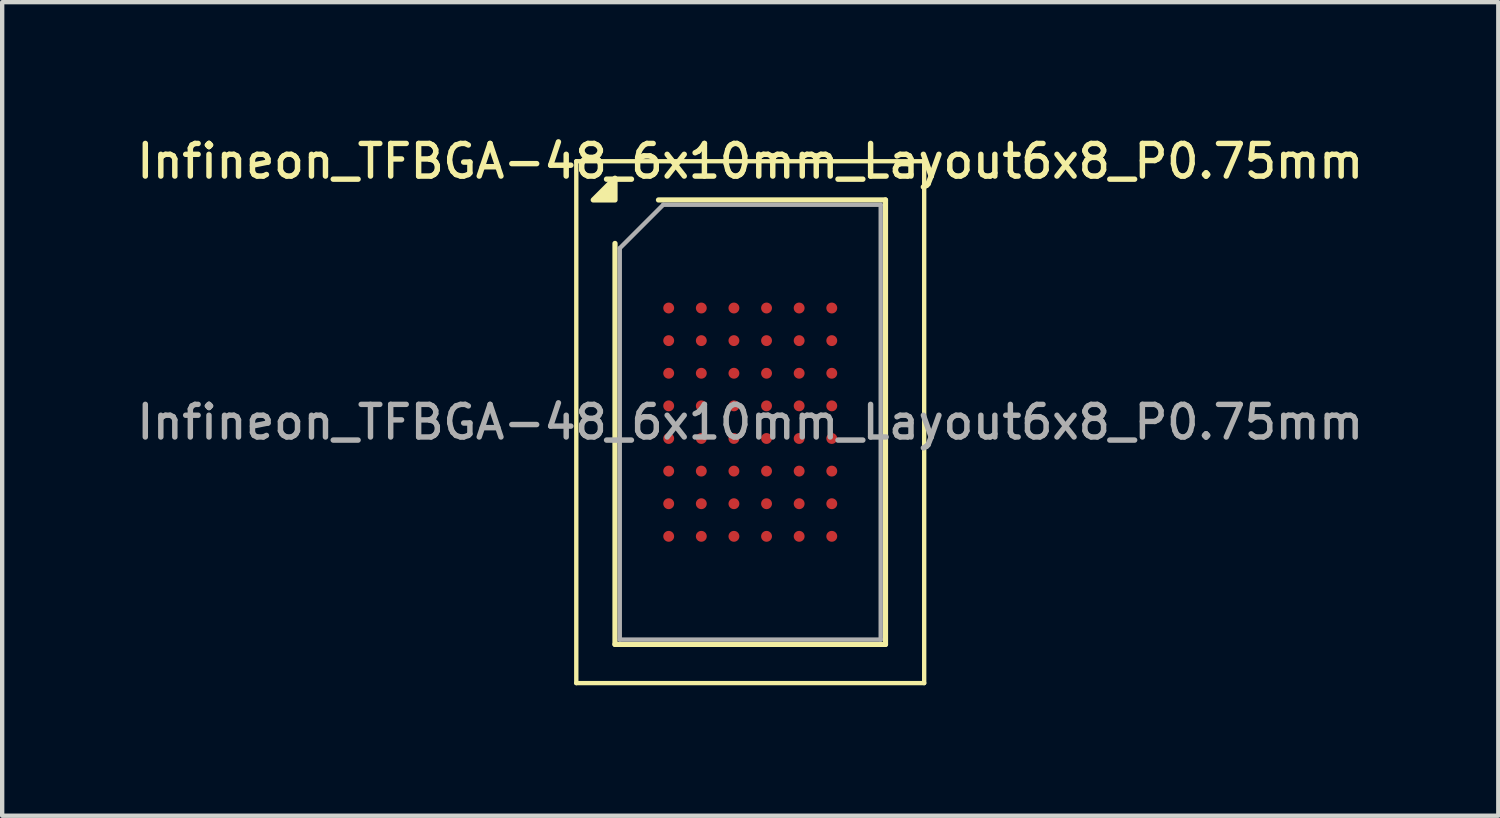
<source format=kicad_pcb>
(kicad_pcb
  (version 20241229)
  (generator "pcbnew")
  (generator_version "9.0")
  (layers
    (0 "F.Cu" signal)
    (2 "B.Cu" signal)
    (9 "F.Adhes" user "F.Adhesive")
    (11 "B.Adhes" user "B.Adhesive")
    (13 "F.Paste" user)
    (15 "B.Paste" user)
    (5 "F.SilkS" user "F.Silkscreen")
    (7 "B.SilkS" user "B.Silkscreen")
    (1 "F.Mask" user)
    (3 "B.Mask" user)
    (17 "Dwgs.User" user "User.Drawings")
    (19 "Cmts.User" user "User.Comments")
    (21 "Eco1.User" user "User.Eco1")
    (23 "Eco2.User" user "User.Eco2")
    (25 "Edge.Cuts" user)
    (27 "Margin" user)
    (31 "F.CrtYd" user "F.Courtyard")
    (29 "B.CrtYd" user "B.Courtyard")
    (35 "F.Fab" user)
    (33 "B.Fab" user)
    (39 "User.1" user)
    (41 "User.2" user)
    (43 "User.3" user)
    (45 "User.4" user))
  (footprint "Infineon_TFBGA-48_6x10mm_Layout6x8_P0.75mm"
    (layer "F.Cu")
    (at 14.202 6.658)
    (property "Reference" "Infineon_TFBGA-48_6x10mm_Layout6x8_P0.75mm" (at 0 -6 0) (layer "F.SilkS") (effects (font (size 0.75 0.75) (thickness 0.125))))
    (attr smd)
    (fp_line (start -4 -6) (end -4 6) (stroke (width 0.1) (type solid)) (layer "F.SilkS"))
    (fp_line (start -4 6) (end 4 6) (stroke (width 0.1) (type solid)) (layer "F.SilkS"))
    (fp_line (start -3.11 5.11) (end -3.11 -4.11) (stroke (width 0.12) (type solid)) (layer "F.SilkS"))
    (fp_line (start -2.11 -5.11) (end 3.11 -5.11) (stroke (width 0.12) (type solid)) (layer "F.SilkS"))
    (fp_line (start 3.11 -5.11) (end 3.11 5.11) (stroke (width 0.12) (type solid)) (layer "F.SilkS"))
    (fp_line (start 3.11 5.11) (end -3.11 5.11) (stroke (width 0.12) (type solid)) (layer "F.SilkS"))
    (fp_line (start 4 -6) (end -4 -6) (stroke (width 0.1) (type solid)) (layer "F.SilkS"))
    (fp_line (start 4 6) (end 4 -6) (stroke (width 0.1) (type solid)) (layer "F.SilkS"))
    (fp_poly (pts (xy -3.11 -5.11) (xy -3.61 -5.11) (xy -3.11 -5.61) (xy -3.11 -5.11)) (stroke (width 0.12) (type solid)) (fill yes) (layer "F.SilkS"))
    (fp_line (start -3 -4) (end -2 -5) (stroke (width 0.1) (type solid)) (layer "F.Fab"))
    (fp_line (start -3 5) (end -3 -4) (stroke (width 0.1) (type solid)) (layer "F.Fab"))
    (fp_line (start -2 -5) (end 3 -5) (stroke (width 0.1) (type solid)) (layer "F.Fab"))
    (fp_line (start 3 -5) (end 3 5) (stroke (width 0.1) (type solid)) (layer "F.Fab"))
    (fp_line (start 3 5) (end -3 5) (stroke (width 0.1) (type solid)) (layer "F.Fab"))
    (fp_text user "${REFERENCE}" (at 0 0 0) (layer "F.Fab") (effects (font (size 0.75 0.75) (thickness 0.125))))
    (pad "A1" smd circle (at -1.875 -2.625) (size 0.25 0.25) (property pad_prop_bga) (layers "F.Cu" "F.Mask" "F.Paste"))
    (pad "A2" smd circle (at -1.125 -2.625) (size 0.25 0.25) (property pad_prop_bga) (layers "F.Cu" "F.Mask" "F.Paste"))
    (pad "A3" smd circle (at -0.375 -2.625) (size 0.25 0.25) (property pad_prop_bga) (layers "F.Cu" "F.Mask" "F.Paste"))
    (pad "A4" smd circle (at 0.375 -2.625) (size 0.25 0.25) (property pad_prop_bga) (layers "F.Cu" "F.Mask" "F.Paste"))
    (pad "A5" smd circle (at 1.125 -2.625) (size 0.25 0.25) (property pad_prop_bga) (layers "F.Cu" "F.Mask" "F.Paste"))
    (pad "A6" smd circle (at 1.875 -2.625) (size 0.25 0.25) (property pad_prop_bga) (layers "F.Cu" "F.Mask" "F.Paste"))
    (pad "B1" smd circle (at -1.875 -1.875) (size 0.25 0.25) (property pad_prop_bga) (layers "F.Cu" "F.Mask" "F.Paste"))
    (pad "B2" smd circle (at -1.125 -1.875) (size 0.25 0.25) (property pad_prop_bga) (layers "F.Cu" "F.Mask" "F.Paste"))
    (pad "B3" smd circle (at -0.375 -1.875) (size 0.25 0.25) (property pad_prop_bga) (layers "F.Cu" "F.Mask" "F.Paste"))
    (pad "B4" smd circle (at 0.375 -1.875) (size 0.25 0.25) (property pad_prop_bga) (layers "F.Cu" "F.Mask" "F.Paste"))
    (pad "B5" smd circle (at 1.125 -1.875) (size 0.25 0.25) (property pad_prop_bga) (layers "F.Cu" "F.Mask" "F.Paste"))
    (pad "B6" smd circle (at 1.875 -1.875) (size 0.25 0.25) (property pad_prop_bga) (layers "F.Cu" "F.Mask" "F.Paste"))
    (pad "C1" smd circle (at -1.875 -1.125) (size 0.25 0.25) (property pad_prop_bga) (layers "F.Cu" "F.Mask" "F.Paste"))
    (pad "C2" smd circle (at -1.125 -1.125) (size 0.25 0.25) (property pad_prop_bga) (layers "F.Cu" "F.Mask" "F.Paste"))
    (pad "C3" smd circle (at -0.375 -1.125) (size 0.25 0.25) (property pad_prop_bga) (layers "F.Cu" "F.Mask" "F.Paste"))
    (pad "C4" smd circle (at 0.375 -1.125) (size 0.25 0.25) (property pad_prop_bga) (layers "F.Cu" "F.Mask" "F.Paste"))
    (pad "C5" smd circle (at 1.125 -1.125) (size 0.25 0.25) (property pad_prop_bga) (layers "F.Cu" "F.Mask" "F.Paste"))
    (pad "C6" smd circle (at 1.875 -1.125) (size 0.25 0.25) (property pad_prop_bga) (layers "F.Cu" "F.Mask" "F.Paste"))
    (pad "D1" smd circle (at -1.875 -0.375) (size 0.25 0.25) (property pad_prop_bga) (layers "F.Cu" "F.Mask" "F.Paste"))
    (pad "D2" smd circle (at -1.125 -0.375) (size 0.25 0.25) (property pad_prop_bga) (layers "F.Cu" "F.Mask" "F.Paste"))
    (pad "D3" smd circle (at -0.375 -0.375) (size 0.25 0.25) (property pad_prop_bga) (layers "F.Cu" "F.Mask" "F.Paste"))
    (pad "D4" smd circle (at 0.375 -0.375) (size 0.25 0.25) (property pad_prop_bga) (layers "F.Cu" "F.Mask" "F.Paste"))
    (pad "D5" smd circle (at 1.125 -0.375) (size 0.25 0.25) (property pad_prop_bga) (layers "F.Cu" "F.Mask" "F.Paste"))
    (pad "D6" smd circle (at 1.875 -0.375) (size 0.25 0.25) (property pad_prop_bga) (layers "F.Cu" "F.Mask" "F.Paste"))
    (pad "E1" smd circle (at -1.875 0.375) (size 0.25 0.25) (property pad_prop_bga) (layers "F.Cu" "F.Mask" "F.Paste"))
    (pad "E2" smd circle (at -1.125 0.375) (size 0.25 0.25) (property pad_prop_bga) (layers "F.Cu" "F.Mask" "F.Paste"))
    (pad "E3" smd circle (at -0.375 0.375) (size 0.25 0.25) (property pad_prop_bga) (layers "F.Cu" "F.Mask" "F.Paste"))
    (pad "E4" smd circle (at 0.375 0.375) (size 0.25 0.25) (property pad_prop_bga) (layers "F.Cu" "F.Mask" "F.Paste"))
    (pad "E5" smd circle (at 1.125 0.375) (size 0.25 0.25) (property pad_prop_bga) (layers "F.Cu" "F.Mask" "F.Paste"))
    (pad "E6" smd circle (at 1.875 0.375) (size 0.25 0.25) (property pad_prop_bga) (layers "F.Cu" "F.Mask" "F.Paste"))
    (pad "F1" smd circle (at -1.875 1.125) (size 0.25 0.25) (property pad_prop_bga) (layers "F.Cu" "F.Mask" "F.Paste"))
    (pad "F2" smd circle (at -1.125 1.125) (size 0.25 0.25) (property pad_prop_bga) (layers "F.Cu" "F.Mask" "F.Paste"))
    (pad "F3" smd circle (at -0.375 1.125) (size 0.25 0.25) (property pad_prop_bga) (layers "F.Cu" "F.Mask" "F.Paste"))
    (pad "F4" smd circle (at 0.375 1.125) (size 0.25 0.25) (property pad_prop_bga) (layers "F.Cu" "F.Mask" "F.Paste"))
    (pad "F5" smd circle (at 1.125 1.125) (size 0.25 0.25) (property pad_prop_bga) (layers "F.Cu" "F.Mask" "F.Paste"))
    (pad "F6" smd circle (at 1.875 1.125) (size 0.25 0.25) (property pad_prop_bga) (layers "F.Cu" "F.Mask" "F.Paste"))
    (pad "G1" smd circle (at -1.875 1.875) (size 0.25 0.25) (property pad_prop_bga) (layers "F.Cu" "F.Mask" "F.Paste"))
    (pad "G2" smd circle (at -1.125 1.875) (size 0.25 0.25) (property pad_prop_bga) (layers "F.Cu" "F.Mask" "F.Paste"))
    (pad "G3" smd circle (at -0.375 1.875) (size 0.25 0.25) (property pad_prop_bga) (layers "F.Cu" "F.Mask" "F.Paste"))
    (pad "G4" smd circle (at 0.375 1.875) (size 0.25 0.25) (property pad_prop_bga) (layers "F.Cu" "F.Mask" "F.Paste"))
    (pad "G5" smd circle (at 1.125 1.875) (size 0.25 0.25) (property pad_prop_bga) (layers "F.Cu" "F.Mask" "F.Paste"))
    (pad "G6" smd circle (at 1.875 1.875) (size 0.25 0.25) (property pad_prop_bga) (layers "F.Cu" "F.Mask" "F.Paste"))
    (pad "H1" smd circle (at -1.875 2.625) (size 0.25 0.25) (property pad_prop_bga) (layers "F.Cu" "F.Mask" "F.Paste"))
    (pad "H2" smd circle (at -1.125 2.625) (size 0.25 0.25) (property pad_prop_bga) (layers "F.Cu" "F.Mask" "F.Paste"))
    (pad "H3" smd circle (at -0.375 2.625) (size 0.25 0.25) (property pad_prop_bga) (layers "F.Cu" "F.Mask" "F.Paste"))
    (pad "H4" smd circle (at 0.375 2.625) (size 0.25 0.25) (property pad_prop_bga) (layers "F.Cu" "F.Mask" "F.Paste"))
    (pad "H5" smd circle (at 1.125 2.625) (size 0.25 0.25) (property pad_prop_bga) (layers "F.Cu" "F.Mask" "F.Paste"))
    (pad "H6" smd circle (at 1.875 2.625) (size 0.25 0.25) (property pad_prop_bga) (layers "F.Cu" "F.Mask" "F.Paste")))
  (gr_rect
    (start -3 -3)
    (end 31.404 15.708)
    (stroke (width 0.1) (type default))
    (fill no)
    (layer "Edge.Cuts")))
</source>
